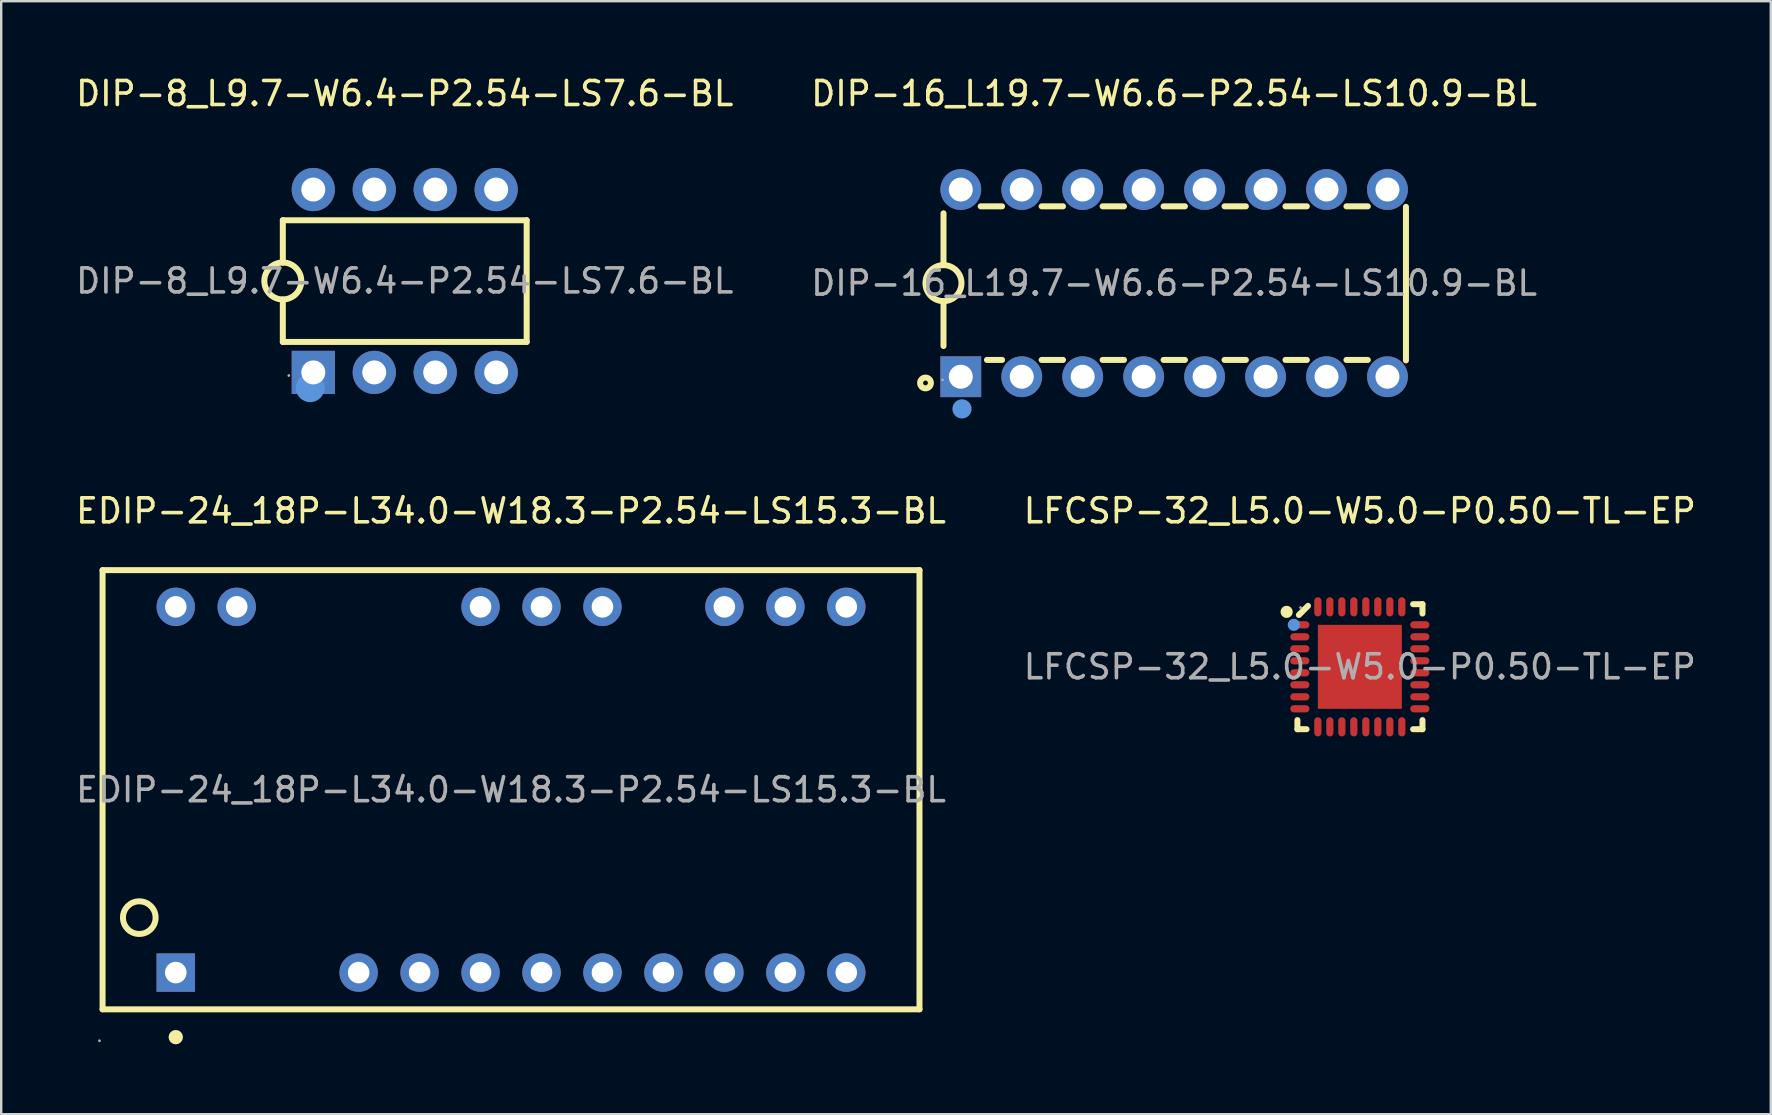
<source format=kicad_pcb>
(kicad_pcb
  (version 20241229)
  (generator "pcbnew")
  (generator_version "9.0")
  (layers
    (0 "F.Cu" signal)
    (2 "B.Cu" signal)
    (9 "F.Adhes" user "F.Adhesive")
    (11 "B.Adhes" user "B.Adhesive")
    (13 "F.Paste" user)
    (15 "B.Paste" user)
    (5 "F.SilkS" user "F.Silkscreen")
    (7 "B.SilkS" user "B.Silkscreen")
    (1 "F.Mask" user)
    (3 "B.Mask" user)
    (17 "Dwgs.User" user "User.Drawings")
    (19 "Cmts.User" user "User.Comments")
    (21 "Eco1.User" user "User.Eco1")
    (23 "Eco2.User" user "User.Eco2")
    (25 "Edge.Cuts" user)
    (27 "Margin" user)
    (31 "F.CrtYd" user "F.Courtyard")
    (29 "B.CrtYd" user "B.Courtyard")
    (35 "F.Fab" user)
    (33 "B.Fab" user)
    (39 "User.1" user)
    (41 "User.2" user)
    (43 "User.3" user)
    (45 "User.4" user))
  (footprint "DIP-16_L19.7-W6.6-P2.54-LS10.9-BL"
    (layer "F.Cu")
    (at 45.875 8.748)
    (property "Reference" "DIP-16_L19.7-W6.6-P2.54-LS10.9-BL" (at 0 -7.9 0) (layer "F.SilkS") (effects (font (size 1 1) (thickness 0.15))))
    (attr through_hole)
    (fp_line (start -9.61 -0.75) (end -9.61 -2.91) (stroke (width 0.25) (type solid)) (layer "F.SilkS"))
    (fp_line (start -9.61 0.75) (end -9.61 2.62) (stroke (width 0.25) (type solid)) (layer "F.SilkS"))
    (fp_line (start -8.06 -3.2) (end -7.17 -3.2) (stroke (width 0.25) (type solid)) (layer "F.SilkS"))
    (fp_line (start -7.8 3.2) (end -7.17 3.2) (stroke (width 0.25) (type solid)) (layer "F.SilkS"))
    (fp_line (start -5.52 -3.2) (end -4.63 -3.2) (stroke (width 0.25) (type solid)) (layer "F.SilkS"))
    (fp_line (start -5.52 3.2) (end -4.63 3.2) (stroke (width 0.25) (type solid)) (layer "F.SilkS"))
    (fp_line (start -2.98 -3.2) (end -2.09 -3.2) (stroke (width 0.25) (type solid)) (layer "F.SilkS"))
    (fp_line (start -2.98 3.2) (end -2.09 3.2) (stroke (width 0.25) (type solid)) (layer "F.SilkS"))
    (fp_line (start -0.44 -3.2) (end 0.45 -3.2) (stroke (width 0.25) (type solid)) (layer "F.SilkS"))
    (fp_line (start -0.44 3.2) (end 0.45 3.2) (stroke (width 0.25) (type solid)) (layer "F.SilkS"))
    (fp_line (start 2.1 -3.2) (end 2.99 -3.2) (stroke (width 0.25) (type solid)) (layer "F.SilkS"))
    (fp_line (start 2.1 3.2) (end 2.99 3.2) (stroke (width 0.25) (type solid)) (layer "F.SilkS"))
    (fp_line (start 4.64 -3.2) (end 5.53 -3.2) (stroke (width 0.25) (type solid)) (layer "F.SilkS"))
    (fp_line (start 4.64 3.2) (end 5.53 3.2) (stroke (width 0.25) (type solid)) (layer "F.SilkS"))
    (fp_line (start 7.18 -3.2) (end 8.07 -3.2) (stroke (width 0.25) (type solid)) (layer "F.SilkS"))
    (fp_line (start 7.18 3.2) (end 8.07 3.2) (stroke (width 0.25) (type solid)) (layer "F.SilkS"))
    (fp_line (start 9.66 -3.18) (end 9.66 3.22) (stroke (width 0.25) (type solid)) (layer "F.SilkS"))
    (fp_arc (start -9.623089 0.749886) (mid -9.603455 -0.749972) (end -9.61 0.75) (stroke (width 0.25) (type solid)) (layer "F.SilkS"))
    (fp_circle (center -10.36 4.16) (end -10.26 4.16) (stroke (width 0.25) (type solid)) (fill no) (layer "F.SilkS"))
    (fp_circle (center -8.84 5.24) (end -8.64 5.24) (stroke (width 0.4) (type solid)) (fill no) (layer "Cmts.User"))
    (fp_circle (center -9.65 4.03) (end -9.62 4.03) (stroke (width 0.06) (type solid)) (fill no) (layer "F.Fab"))
    (fp_text user "${REFERENCE}" (at 0 0 0) (layer "F.Fab") (effects (font (size 1 1) (thickness 0.15))))
    (pad "1" thru_hole rect (at -8.89 3.9) (size 1.7 1.7) (drill 1) (layers "*.Cu" "*.Paste" "*.Mask"))
    (pad "2" thru_hole circle (at -6.35 3.9) (size 1.7 1.7) (drill 1) (layers "*.Cu" "*.Paste" "*.Mask"))
    (pad "3" thru_hole circle (at -3.81 3.9) (size 1.7 1.7) (drill 1) (layers "*.Cu" "*.Paste" "*.Mask"))
    (pad "4" thru_hole circle (at -1.27 3.9) (size 1.7 1.7) (drill 1) (layers "*.Cu" "*.Paste" "*.Mask"))
    (pad "5" thru_hole circle (at 1.27 3.9) (size 1.7 1.7) (drill 1) (layers "*.Cu" "*.Paste" "*.Mask"))
    (pad "6" thru_hole circle (at 3.81 3.9) (size 1.7 1.7) (drill 1) (layers "*.Cu" "*.Paste" "*.Mask"))
    (pad "7" thru_hole circle (at 6.35 3.9) (size 1.7 1.7) (drill 1) (layers "*.Cu" "*.Paste" "*.Mask"))
    (pad "8" thru_hole circle (at 8.89 3.9) (size 1.7 1.7) (drill 1) (layers "*.Cu" "*.Paste" "*.Mask"))
    (pad "9" thru_hole circle (at 8.89 -3.9) (size 1.7 1.7) (drill 1) (layers "*.Cu" "*.Paste" "*.Mask"))
    (pad "10" thru_hole circle (at 6.35 -3.9) (size 1.7 1.7) (drill 1) (layers "*.Cu" "*.Paste" "*.Mask"))
    (pad "11" thru_hole circle (at 3.81 -3.9) (size 1.7 1.7) (drill 1) (layers "*.Cu" "*.Paste" "*.Mask"))
    (pad "12" thru_hole circle (at 1.27 -3.9) (size 1.7 1.7) (drill 1) (layers "*.Cu" "*.Paste" "*.Mask"))
    (pad "13" thru_hole circle (at -1.27 -3.9) (size 1.7 1.7) (drill 1) (layers "*.Cu" "*.Paste" "*.Mask"))
    (pad "14" thru_hole circle (at -3.81 -3.9) (size 1.7 1.7) (drill 1) (layers "*.Cu" "*.Paste" "*.Mask"))
    (pad "15" thru_hole circle (at -6.35 -3.9) (size 1.7 1.7) (drill 1) (layers "*.Cu" "*.Paste" "*.Mask"))
    (pad "16" thru_hole circle (at -8.89 -3.9) (size 1.7 1.7) (drill 1) (layers "*.Cu" "*.Paste" "*.Mask")))
  (footprint "LFCSP-32_L5.0-W5.0-P0.50-TL-EP"
    (layer "F.Cu")
    (at 53.613 24.736)
    (property "Reference" "LFCSP-32_L5.0-W5.0-P0.50-TL-EP" (at 0 -6.5 0) (layer "F.SilkS") (effects (font (size 1 1) (thickness 0.15))))
    (attr through_hole)
    (fp_line (start -2.6 2.22) (end -2.6 2.6) (stroke (width 0.25) (type solid)) (layer "F.SilkS"))
    (fp_line (start -2.6 2.6) (end -2.22 2.6) (stroke (width 0.25) (type solid)) (layer "F.SilkS"))
    (fp_line (start -2.16 -2.54) (end -2.54 -2.16) (stroke (width 0.25) (type solid)) (layer "F.SilkS"))
    (fp_line (start 2.22 2.6) (end 2.61 2.6) (stroke (width 0.25) (type solid)) (layer "F.SilkS"))
    (fp_line (start 2.61 -2.61) (end 2.22 -2.61) (stroke (width 0.25) (type solid)) (layer "F.SilkS"))
    (fp_line (start 2.61 -2.22) (end 2.61 -2.61) (stroke (width 0.25) (type solid)) (layer "F.SilkS"))
    (fp_line (start 2.61 2.6) (end 2.61 2.22) (stroke (width 0.25) (type solid)) (layer "F.SilkS"))
    (fp_circle (center -3.05 -2.29) (end -2.92 -2.29) (stroke (width 0.25) (type solid)) (fill no) (layer "F.SilkS"))
    (fp_circle (center -2.75 -1.75) (end -2.62 -1.75) (stroke (width 0.25) (type solid)) (fill no) (layer "Cmts.User"))
    (fp_circle (center -2.47 -2.47) (end -2.44 -2.47) (stroke (width 0.06) (type solid)) (fill no) (layer "F.Fab"))
    (fp_text user "${REFERENCE}" (at 0 0 0) (layer "F.Fab") (effects (font (size 1 1) (thickness 0.15))))
    (pad "1" smd oval (at -2.5 -1.75) (size 0.8 0.3) (layers "F.Cu" "F.Mask" "F.Paste"))
    (pad "2" smd oval (at -2.5 -1.25) (size 0.8 0.3) (layers "F.Cu" "F.Mask" "F.Paste"))
    (pad "3" smd oval (at -2.5 -0.75) (size 0.8 0.3) (layers "F.Cu" "F.Mask" "F.Paste"))
    (pad "4" smd oval (at -2.5 -0.25) (size 0.8 0.3) (layers "F.Cu" "F.Mask" "F.Paste"))
    (pad "5" smd oval (at -2.5 0.25) (size 0.8 0.3) (layers "F.Cu" "F.Mask" "F.Paste"))
    (pad "6" smd oval (at -2.5 0.75) (size 0.8 0.3) (layers "F.Cu" "F.Mask" "F.Paste"))
    (pad "7" smd oval (at -2.5 1.25) (size 0.8 0.3) (layers "F.Cu" "F.Mask" "F.Paste"))
    (pad "8" smd oval (at -2.5 1.75) (size 0.8 0.3) (layers "F.Cu" "F.Mask" "F.Paste"))
    (pad "9" smd oval (at -1.75 2.5) (size 0.3 0.8) (layers "F.Cu" "F.Mask" "F.Paste"))
    (pad "10" smd oval (at -1.25 2.5) (size 0.3 0.8) (layers "F.Cu" "F.Mask" "F.Paste"))
    (pad "11" smd oval (at -0.75 2.5) (size 0.3 0.8) (layers "F.Cu" "F.Mask" "F.Paste"))
    (pad "12" smd oval (at -0.25 2.5) (size 0.3 0.8) (layers "F.Cu" "F.Mask" "F.Paste"))
    (pad "13" smd oval (at 0.25 2.5) (size 0.3 0.8) (layers "F.Cu" "F.Mask" "F.Paste"))
    (pad "14" smd oval (at 0.75 2.5) (size 0.3 0.8) (layers "F.Cu" "F.Mask" "F.Paste"))
    (pad "15" smd oval (at 1.25 2.5) (size 0.3 0.8) (layers "F.Cu" "F.Mask" "F.Paste"))
    (pad "16" smd oval (at 1.75 2.5) (size 0.3 0.8) (layers "F.Cu" "F.Mask" "F.Paste"))
    (pad "17" smd oval (at 2.5 1.75) (size 0.8 0.3) (layers "F.Cu" "F.Mask" "F.Paste"))
    (pad "18" smd oval (at 2.5 1.25) (size 0.8 0.3) (layers "F.Cu" "F.Mask" "F.Paste"))
    (pad "19" smd oval (at 2.5 0.75) (size 0.8 0.3) (layers "F.Cu" "F.Mask" "F.Paste"))
    (pad "20" smd oval (at 2.5 0.25) (size 0.8 0.3) (layers "F.Cu" "F.Mask" "F.Paste"))
    (pad "21" smd oval (at 2.5 -0.25) (size 0.8 0.3) (layers "F.Cu" "F.Mask" "F.Paste"))
    (pad "22" smd oval (at 2.5 -0.75) (size 0.8 0.3) (layers "F.Cu" "F.Mask" "F.Paste"))
    (pad "23" smd oval (at 2.5 -1.25) (size 0.8 0.3) (layers "F.Cu" "F.Mask" "F.Paste"))
    (pad "24" smd oval (at 2.5 -1.75) (size 0.8 0.3) (layers "F.Cu" "F.Mask" "F.Paste"))
    (pad "25" smd oval (at 1.75 -2.5) (size 0.3 0.8) (layers "F.Cu" "F.Mask" "F.Paste"))
    (pad "26" smd oval (at 1.25 -2.5) (size 0.3 0.8) (layers "F.Cu" "F.Mask" "F.Paste"))
    (pad "27" smd oval (at 0.75 -2.5) (size 0.3 0.8) (layers "F.Cu" "F.Mask" "F.Paste"))
    (pad "28" smd oval (at 0.25 -2.5) (size 0.3 0.8) (layers "F.Cu" "F.Mask" "F.Paste"))
    (pad "29" smd oval (at -0.25 -2.5) (size 0.3 0.8) (layers "F.Cu" "F.Mask" "F.Paste"))
    (pad "30" smd oval (at -0.75 -2.5) (size 0.3 0.8) (layers "F.Cu" "F.Mask" "F.Paste"))
    (pad "31" smd oval (at -1.25 -2.5) (size 0.3 0.8) (layers "F.Cu" "F.Mask" "F.Paste"))
    (pad "32" smd oval (at -1.75 -2.5) (size 0.3 0.8) (layers "F.Cu" "F.Mask" "F.Paste"))
    (pad "33" smd rect (at 0 0) (size 3.5 3.5) (layers "F.Cu" "F.Mask" "F.Paste")))
  (footprint "DIP-8_L9.7-W6.4-P2.54-LS7.6-BL"
    (layer "F.Cu")
    (at 13.815 8.658)
    (property "Reference" "DIP-8_L9.7-W6.4-P2.54-LS7.6-BL" (at 0 -7.81 0) (layer "F.SilkS") (effects (font (size 1 1) (thickness 0.15))))
    (attr through_hole)
    (fp_line (start -5.08 -2.53) (end 5.08 -2.53) (stroke (width 0.25) (type solid)) (layer "F.SilkS"))
    (fp_line (start -5.08 -0.76) (end -5.08 -2.53) (stroke (width 0.25) (type solid)) (layer "F.SilkS"))
    (fp_line (start -5.08 2.54) (end -5.08 0.77) (stroke (width 0.25) (type solid)) (layer "F.SilkS"))
    (fp_line (start -5.08 2.54) (end 5.08 2.54) (stroke (width 0.25) (type solid)) (layer "F.SilkS"))
    (fp_line (start 5.08 2.54) (end 5.08 -2.53) (stroke (width 0.25) (type solid)) (layer "F.SilkS"))
    (fp_arc (start -5.093438 0.769883) (mid -5.073281 -0.769971) (end -5.08 0.77) (stroke (width 0.25) (type solid)) (layer "F.SilkS"))
    (fp_circle (center -3.94 4.45) (end -3.64 4.45) (stroke (width 0.6) (type solid)) (fill no) (layer "Cmts.User"))
    (fp_circle (center -4.83 3.94) (end -4.8 3.94) (stroke (width 0.06) (type solid)) (fill no) (layer "F.Fab"))
    (fp_text user "${REFERENCE}" (at 0 0 0) (layer "F.Fab") (effects (font (size 1 1) (thickness 0.15))))
    (pad "1" thru_hole rect (at -3.81 3.81) (size 1.8 1.8) (drill 1) (layers "*.Cu" "*.Paste" "*.Mask"))
    (pad "2" thru_hole circle (at -1.27 3.81) (size 1.8 1.8) (drill 1) (layers "*.Cu" "*.Paste" "*.Mask"))
    (pad "3" thru_hole circle (at 1.27 3.81) (size 1.8 1.8) (drill 1) (layers "*.Cu" "*.Paste" "*.Mask"))
    (pad "4" thru_hole circle (at 3.81 3.81) (size 1.8 1.8) (drill 1) (layers "*.Cu" "*.Paste" "*.Mask"))
    (pad "5" thru_hole circle (at 3.81 -3.81) (size 1.8 1.8) (drill 1) (layers "*.Cu" "*.Paste" "*.Mask"))
    (pad "6" thru_hole circle (at 1.27 -3.81) (size 1.8 1.8) (drill 1) (layers "*.Cu" "*.Paste" "*.Mask"))
    (pad "7" thru_hole circle (at -1.27 -3.81) (size 1.8 1.8) (drill 1) (layers "*.Cu" "*.Paste" "*.Mask"))
    (pad "8" thru_hole circle (at -3.81 -3.81) (size 1.8 1.8) (drill 1) (layers "*.Cu" "*.Paste" "*.Mask")))
  (footprint "EDIP-24_18P-L34.0-W18.3-P2.54-LS15.3-BL"
    (layer "F.Cu")
    (at 18.244 29.857)
    (property "Reference" "EDIP-24_18P-L34.0-W18.3-P2.54-LS15.3-BL" (at 0 -11.62 0) (layer "F.SilkS") (effects (font (size 1 1) (thickness 0.15))))
    (attr through_hole)
    (fp_line (start -17.02 -9.15) (end 17.02 -9.15) (stroke (width 0.25) (type solid)) (layer "F.SilkS"))
    (fp_line (start -17.02 9.15) (end -17.02 -9.15) (stroke (width 0.25) (type solid)) (layer "F.SilkS"))
    (fp_line (start -17.02 9.15) (end 17.02 9.15) (stroke (width 0.25) (type solid)) (layer "F.SilkS"))
    (fp_line (start 17.02 9.15) (end 17.02 -9.15) (stroke (width 0.25) (type solid)) (layer "F.SilkS"))
    (fp_arc (start -13.97 10.31) (mid -13.97 10.31) (end -13.97 10.31) (stroke (width 0.3) (type solid)) (layer "F.SilkS"))
    (fp_circle (center -15.49 5.33) (end -14.81 5.33) (stroke (width 0.25) (type solid)) (fill no) (layer "F.SilkS"))
    (fp_circle (center -17.15 10.46) (end -17.12 10.46) (stroke (width 0.06) (type solid)) (fill no) (layer "F.Fab"))
    (fp_circle (center -13.97 -7.62) (end -13.79 -7.62) (stroke (width 0.35) (type solid)) (fill no) (layer "F.Fab"))
    (fp_circle (center -13.97 7.62) (end -13.79 7.62) (stroke (width 0.35) (type solid)) (fill no) (layer "F.Fab"))
    (fp_circle (center -11.43 -7.62) (end -11.25 -7.62) (stroke (width 0.35) (type solid)) (fill no) (layer "F.Fab"))
    (fp_circle (center -6.35 7.62) (end -6.17 7.62) (stroke (width 0.35) (type solid)) (fill no) (layer "F.Fab"))
    (fp_circle (center -3.81 7.62) (end -3.63 7.62) (stroke (width 0.35) (type solid)) (fill no) (layer "F.Fab"))
    (fp_circle (center -1.27 -7.62) (end -1.09 -7.62) (stroke (width 0.35) (type solid)) (fill no) (layer "F.Fab"))
    (fp_circle (center -1.27 7.62) (end -1.09 7.62) (stroke (width 0.35) (type solid)) (fill no) (layer "F.Fab"))
    (fp_circle (center 1.27 -7.62) (end 1.45 -7.62) (stroke (width 0.35) (type solid)) (fill no) (layer "F.Fab"))
    (fp_circle (center 1.27 7.62) (end 1.45 7.62) (stroke (width 0.35) (type solid)) (fill no) (layer "F.Fab"))
    (fp_circle (center 3.81 -7.62) (end 3.99 -7.62) (stroke (width 0.35) (type solid)) (fill no) (layer "F.Fab"))
    (fp_circle (center 3.81 7.62) (end 3.99 7.62) (stroke (width 0.35) (type solid)) (fill no) (layer "F.Fab"))
    (fp_circle (center 6.35 7.62) (end 6.53 7.62) (stroke (width 0.35) (type solid)) (fill no) (layer "F.Fab"))
    (fp_circle (center 8.89 -7.62) (end 9.07 -7.62) (stroke (width 0.35) (type solid)) (fill no) (layer "F.Fab"))
    (fp_circle (center 8.89 7.62) (end 9.07 7.62) (stroke (width 0.35) (type solid)) (fill no) (layer "F.Fab"))
    (fp_circle (center 11.43 -7.62) (end 11.61 -7.62) (stroke (width 0.35) (type solid)) (fill no) (layer "F.Fab"))
    (fp_circle (center 11.43 7.62) (end 11.61 7.62) (stroke (width 0.35) (type solid)) (fill no) (layer "F.Fab"))
    (fp_circle (center 13.97 -7.62) (end 14.15 -7.62) (stroke (width 0.35) (type solid)) (fill no) (layer "F.Fab"))
    (fp_circle (center 13.97 7.62) (end 14.15 7.62) (stroke (width 0.35) (type solid)) (fill no) (layer "F.Fab"))
    (fp_text user "${REFERENCE}" (at 0 0 0) (layer "F.Fab") (effects (font (size 1 1) (thickness 0.15))))
    (pad "1" thru_hole rect (at -13.97 7.62 90) (size 1.6 1.6) (drill 0.9) (layers "*.Cu" "*.Paste" "*.Mask"))
    (pad "4" thru_hole circle (at -6.35 7.62 90) (size 1.6 1.6) (drill 0.9) (layers "*.Cu" "*.Paste" "*.Mask"))
    (pad "5" thru_hole circle (at -3.81 7.62 90) (size 1.6 1.6) (drill 0.9) (layers "*.Cu" "*.Paste" "*.Mask"))
    (pad "6" thru_hole circle (at -1.27 7.62 90) (size 1.6 1.6) (drill 0.9) (layers "*.Cu" "*.Paste" "*.Mask"))
    (pad "7" thru_hole circle (at 1.27 7.62 90) (size 1.6 1.6) (drill 0.9) (layers "*.Cu" "*.Paste" "*.Mask"))
    (pad "8" thru_hole circle (at 3.81 7.62 90) (size 1.6 1.6) (drill 0.9) (layers "*.Cu" "*.Paste" "*.Mask"))
    (pad "9" thru_hole circle (at 6.35 7.62 90) (size 1.6 1.6) (drill 0.9) (layers "*.Cu" "*.Paste" "*.Mask"))
    (pad "10" thru_hole circle (at 8.89 7.62 90) (size 1.6 1.6) (drill 0.9) (layers "*.Cu" "*.Paste" "*.Mask"))
    (pad "11" thru_hole circle (at 11.43 7.62 90) (size 1.6 1.6) (drill 0.9) (layers "*.Cu" "*.Paste" "*.Mask"))
    (pad "12" thru_hole circle (at 13.97 7.62 90) (size 1.6 1.6) (drill 0.9) (layers "*.Cu" "*.Paste" "*.Mask"))
    (pad "13" thru_hole circle (at 13.97 -7.62 90) (size 1.6 1.6) (drill 0.9) (layers "*.Cu" "*.Paste" "*.Mask"))
    (pad "14" thru_hole circle (at 11.43 -7.62 90) (size 1.6 1.6) (drill 0.9) (layers "*.Cu" "*.Paste" "*.Mask"))
    (pad "15" thru_hole circle (at 8.89 -7.62 90) (size 1.6 1.6) (drill 0.9) (layers "*.Cu" "*.Paste" "*.Mask"))
    (pad "17" thru_hole circle (at 3.81 -7.62 90) (size 1.6 1.6) (drill 0.9) (layers "*.Cu" "*.Paste" "*.Mask"))
    (pad "18" thru_hole circle (at 1.27 -7.62 90) (size 1.6 1.6) (drill 0.9) (layers "*.Cu" "*.Paste" "*.Mask"))
    (pad "19" thru_hole circle (at -1.27 -7.62 90) (size 1.6 1.6) (drill 0.9) (layers "*.Cu" "*.Paste" "*.Mask"))
    (pad "23" thru_hole circle (at -11.43 -7.62 90) (size 1.6 1.6) (drill 0.9) (layers "*.Cu" "*.Paste" "*.Mask"))
    (pad "24" thru_hole circle (at -13.97 -7.62 90) (size 1.6 1.6) (drill 0.9) (layers "*.Cu" "*.Paste" "*.Mask")))
  (gr_rect
    (start -3 -3)
    (end 70.738 43.377)
    (stroke (width 0.1) (type default))
    (fill no)
    (layer "Edge.Cuts")))
</source>
